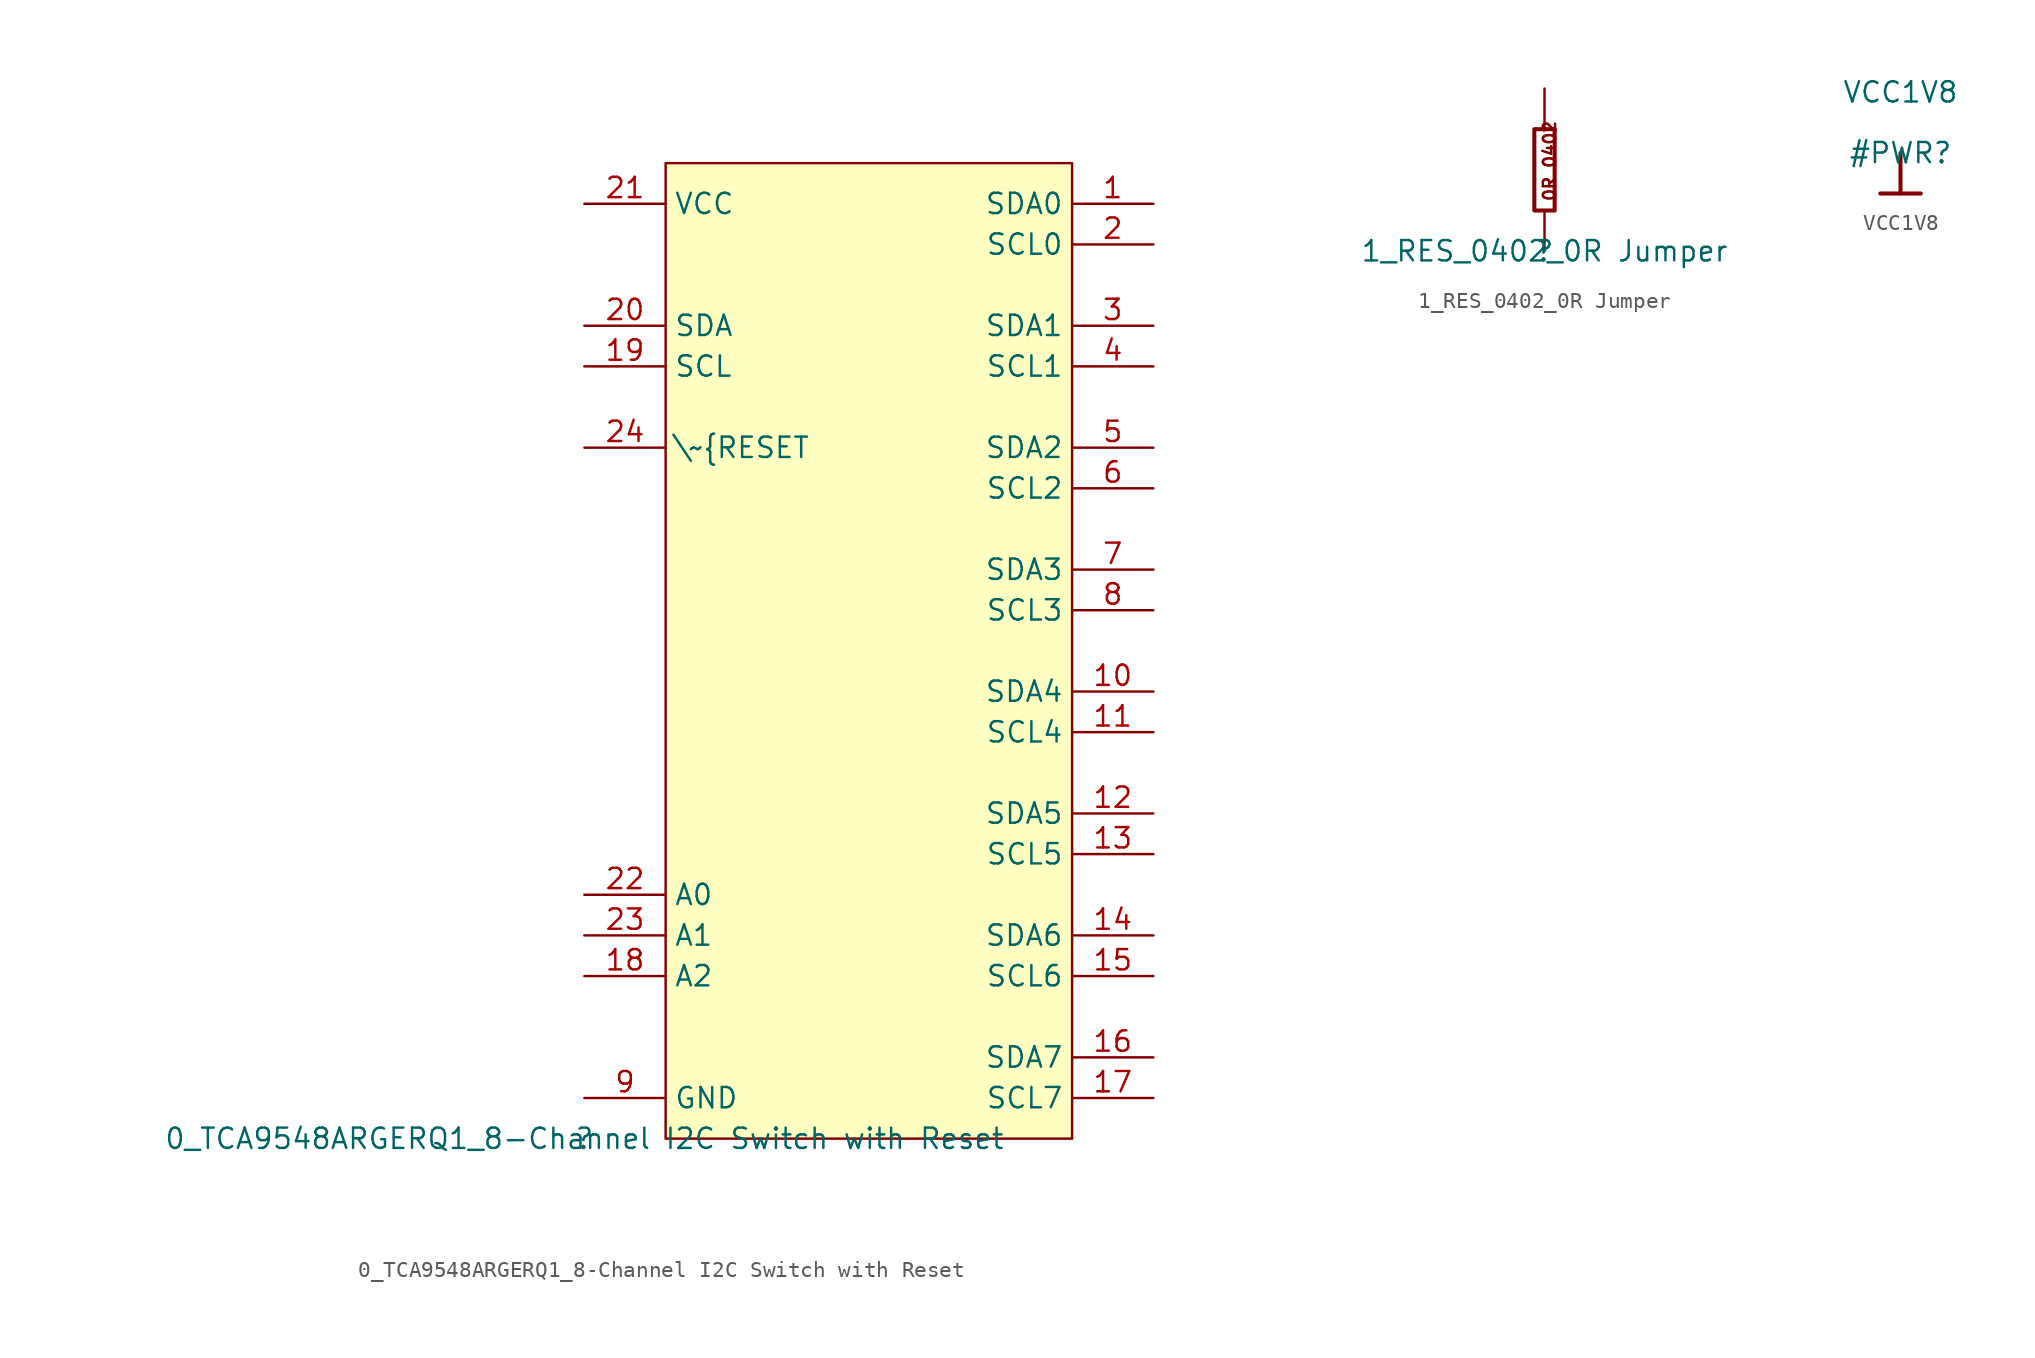
<source format=kicad_sym>
(kicad_symbol_lib
  (version 20211014)
  (generator kicad_symbol_editor)
  (symbol "0_TCA9548ARGERQ1_8-Channel I2C Switch with Reset"
    (property "Reference" ""
      (at 0 0 0)
      (effects (font (size 1.27 1.27))))
    (property "Value" "0_TCA9548ARGERQ1_8-Channel I2C Switch with Reset"
      (at 0 0 0)
      (effects (font (size 1.27 1.27))))
    (symbol "0_TCA9548ARGERQ1_8-Channel I2C Switch with Reset_1_0"
      (rectangle (start 30.48 60.96) (end 5.08 0) (stroke (width 0) (type default) (color 0 0 0 0)) (fill (type background)))
      (pin passive line (at 35.56 58.42 180) (length 5.08) (name "SDA0" (effects (font (size 1.27 1.27)))) (number "1" (effects (font (size 1.27 1.27)))))
      (pin passive line (at 35.56 27.94 180) (length 5.08) (name "SDA4" (effects (font (size 1.27 1.27)))) (number "10" (effects (font (size 1.27 1.27)))))
      (pin passive line (at 35.56 25.4 180) (length 5.08) (name "SCL4" (effects (font (size 1.27 1.27)))) (number "11" (effects (font (size 1.27 1.27)))))
      (pin passive line (at 35.56 20.32 180) (length 5.08) (name "SDA5" (effects (font (size 1.27 1.27)))) (number "12" (effects (font (size 1.27 1.27)))))
      (pin passive line (at 35.56 17.78 180) (length 5.08) (name "SCL5" (effects (font (size 1.27 1.27)))) (number "13" (effects (font (size 1.27 1.27)))))
      (pin passive line (at 35.56 12.7 180) (length 5.08) (name "SDA6" (effects (font (size 1.27 1.27)))) (number "14" (effects (font (size 1.27 1.27)))))
      (pin passive line (at 35.56 10.16 180) (length 5.08) (name "SCL6" (effects (font (size 1.27 1.27)))) (number "15" (effects (font (size 1.27 1.27)))))
      (pin passive line (at 35.56 5.08 180) (length 5.08) (name "SDA7" (effects (font (size 1.27 1.27)))) (number "16" (effects (font (size 1.27 1.27)))))
      (pin passive line (at 35.56 2.54 180) (length 5.08) (name "SCL7" (effects (font (size 1.27 1.27)))) (number "17" (effects (font (size 1.27 1.27)))))
      (pin passive line (at 0 10.16 0) (length 5.08) (name "A2" (effects (font (size 1.27 1.27)))) (number "18" (effects (font (size 1.27 1.27)))))
      (pin passive line (at 0 48.26 0) (length 5.08) (name "SCL" (effects (font (size 1.27 1.27)))) (number "19" (effects (font (size 1.27 1.27)))))
      (pin passive line (at 35.56 55.88 180) (length 5.08) (name "SCL0" (effects (font (size 1.27 1.27)))) (number "2" (effects (font (size 1.27 1.27)))))
      (pin passive line (at 0 50.8 0) (length 5.08) (name "SDA" (effects (font (size 1.27 1.27)))) (number "20" (effects (font (size 1.27 1.27)))))
      (pin passive line (at 0 58.42 0) (length 5.08) (name "VCC" (effects (font (size 1.27 1.27)))) (number "21" (effects (font (size 1.27 1.27)))))
      (pin passive line (at 0 15.24 0) (length 5.08) (name "A0" (effects (font (size 1.27 1.27)))) (number "22" (effects (font (size 1.27 1.27)))))
      (pin passive line (at 0 12.7 0) (length 5.08) (name "A1" (effects (font (size 1.27 1.27)))) (number "23" (effects (font (size 1.27 1.27)))))
      (pin passive line (at 0 43.18 0) (length 5.08) (name "\\~{RESET" (effects (font (size 1.27 1.27)))) (number "24" (effects (font (size 1.27 1.27)))))
      (pin passive line (at 35.56 50.8 180) (length 5.08) (name "SDA1" (effects (font (size 1.27 1.27)))) (number "3" (effects (font (size 1.27 1.27)))))
      (pin passive line (at 35.56 48.26 180) (length 5.08) (name "SCL1" (effects (font (size 1.27 1.27)))) (number "4" (effects (font (size 1.27 1.27)))))
      (pin passive line (at 35.56 43.18 180) (length 5.08) (name "SDA2" (effects (font (size 1.27 1.27)))) (number "5" (effects (font (size 1.27 1.27)))))
      (pin passive line (at 35.56 40.64 180) (length 5.08) (name "SCL2" (effects (font (size 1.27 1.27)))) (number "6" (effects (font (size 1.27 1.27)))))
      (pin passive line (at 35.56 35.56 180) (length 5.08) (name "SDA3" (effects (font (size 1.27 1.27)))) (number "7" (effects (font (size 1.27 1.27)))))
      (pin passive line (at 35.56 33.02 180) (length 5.08) (name "SCL3" (effects (font (size 1.27 1.27)))) (number "8" (effects (font (size 1.27 1.27)))))
      (pin passive line (at 0 2.54 0) (length 5.08) (name "GND" (effects (font (size 1.27 1.27)))) (number "9" (effects (font (size 1.27 1.27)))))))
  (symbol "1_RES_0402_0R Jumper"
    (property "Reference" ""
      (at 0 0 0)
      (effects (font (size 1.27 1.27))))
    (property "Value" "1_RES_0402_0R Jumper"
      (at 0 0 0)
      (effects (font (size 1.27 1.27))))
    (symbol "1_RES_0402_0R Jumper_1_0"
      (polyline (pts (xy 0.635 7.62) (xy 0 7.62)) (stroke (width 0.254) (type default) (color 0 0 0 0)) (fill (type none)))
      (polyline (pts (xy 0 7.62) (xy -0.635 7.62) (xy -0.635 2.54) (xy 0.635 2.54) (xy 0.635 7.62)) (stroke (width 0.254) (type default) (color 0 0 0 0)) (fill (type none)))
      (text "0R 0402" (at 0.762 3.048 900) (effects (font (size 0.762 0.762)) (justify left bottom)))
      (pin passive line (at 0 0 90) (length 2.54) (name "1" (effects (font (size 0 0)))) (number "1" (effects (font (size 0 0)))))
      (pin passive line (at 0 10.16 270) (length 2.54) (name "2" (effects (font (size 0 0)))) (number "2" (effects (font (size 0 0)))))))
  (symbol "VCC1V8"
    (power)
    (property "Reference" "#PWR"
      (at 0 0 0)
      (effects (font (size 1.27 1.27))))
    (property "Value" "VCC1V8"
      (at 0 3.81 0)
      (effects (font (size 1.27 1.27))))
    (symbol "VCC1V8_0_0"
      (polyline (pts (xy -1.27 -2.54) (xy 1.27 -2.54)) (stroke (width 0.254) (type default) (color 0 0 0 0)) (fill (type none)))
      (polyline (pts (xy 0 0) (xy 0 -2.54)) (stroke (width 0.254) (type default) (color 0 0 0 0)) (fill (type none)))
      (pin power_in line (at 0 0 0) (length 0) hide (name "VCC1V8" (effects (font (size 1.27 1.27)))) (number "" (effects (font (size 1.27 1.27))))))))
</source>
